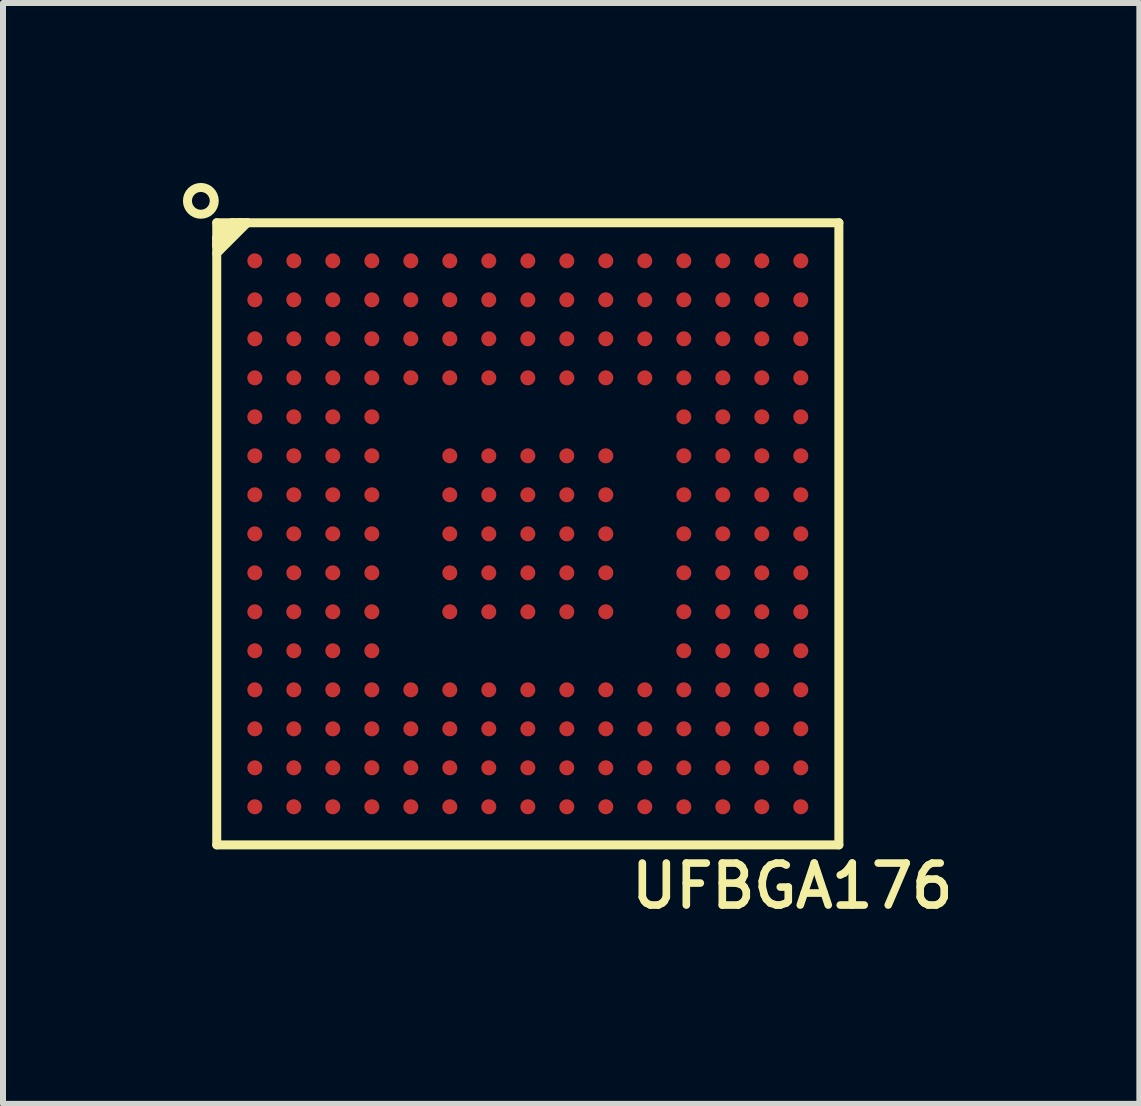
<source format=kicad_pcb>
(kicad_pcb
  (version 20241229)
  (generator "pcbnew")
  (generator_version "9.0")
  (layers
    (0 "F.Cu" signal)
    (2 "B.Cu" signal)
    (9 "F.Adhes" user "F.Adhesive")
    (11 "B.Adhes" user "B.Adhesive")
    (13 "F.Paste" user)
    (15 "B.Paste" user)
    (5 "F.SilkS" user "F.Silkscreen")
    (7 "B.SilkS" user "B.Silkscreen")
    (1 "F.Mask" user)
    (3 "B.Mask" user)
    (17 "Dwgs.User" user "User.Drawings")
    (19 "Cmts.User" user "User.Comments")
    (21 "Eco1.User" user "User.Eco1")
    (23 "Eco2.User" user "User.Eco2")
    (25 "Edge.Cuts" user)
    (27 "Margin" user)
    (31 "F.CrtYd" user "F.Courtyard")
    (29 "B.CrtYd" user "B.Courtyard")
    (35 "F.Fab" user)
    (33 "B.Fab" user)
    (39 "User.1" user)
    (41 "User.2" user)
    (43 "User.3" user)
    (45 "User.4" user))
  (footprint "UFBGA176"
    (layer "F.Cu")
    (at 1.199 1.299)
    (property "Reference" "UFBGA176" (at 8.961 10.424 0) (layer "F.SilkS") (effects (font (size 0.7 0.7) (thickness 0.127))))
    (attr smd)
    (fp_line (start -0.635 -0.635) (end -0.635 9.738) (stroke (width 0.15) (type solid)) (layer "F.SilkS"))
    (fp_line (start -0.635 -0.381) (end -0.635 -0.254) (stroke (width 0.15) (type solid)) (layer "F.SilkS"))
    (fp_line (start -0.635 -0.254) (end -0.254 -0.635) (stroke (width 0.15) (type solid)) (layer "F.SilkS"))
    (fp_line (start -0.635 -0.127) (end -0.127 -0.635) (stroke (width 0.15) (type solid)) (layer "F.SilkS"))
    (fp_line (start -0.635 9.738) (end 9.738 9.738) (stroke (width 0.15) (type solid)) (layer "F.SilkS"))
    (fp_line (start -0.381 -0.635) (end -0.635 -0.381) (stroke (width 0.15) (type solid)) (layer "F.SilkS"))
    (fp_line (start -0.127 -0.635) (end -0.381 -0.635) (stroke (width 0.15) (type solid)) (layer "F.SilkS"))
    (fp_line (start 9.738 -0.635) (end -0.635 -0.635) (stroke (width 0.15) (type solid)) (layer "F.SilkS"))
    (fp_line (start 9.738 9.738) (end 9.738 -0.635) (stroke (width 0.15) (type solid)) (layer "F.SilkS"))
    (fp_circle (center -0.9 -1) (end -1 -0.8) (stroke (width 0.15) (type solid)) (fill no) (layer "F.SilkS"))
    (pad "A1" smd circle (at 0 0 180) (size 0.25 0.25) (layers "F.Cu" "F.Mask" "F.Paste"))
    (pad "A2" smd circle (at 0.65 0 180) (size 0.25 0.25) (layers "F.Cu" "F.Mask" "F.Paste"))
    (pad "A3" smd circle (at 1.3 0 180) (size 0.25 0.25) (layers "F.Cu" "F.Mask" "F.Paste"))
    (pad "A4" smd circle (at 1.951 0 180) (size 0.25 0.25) (layers "F.Cu" "F.Mask" "F.Paste"))
    (pad "A5" smd circle (at 2.601 0 180) (size 0.25 0.25) (layers "F.Cu" "F.Mask" "F.Paste"))
    (pad "A6" smd circle (at 3.251 0 180) (size 0.25 0.25) (layers "F.Cu" "F.Mask" "F.Paste"))
    (pad "A7" smd circle (at 3.901 0 180) (size 0.25 0.25) (layers "F.Cu" "F.Mask" "F.Paste"))
    (pad "A8" smd circle (at 4.552 0 180) (size 0.25 0.25) (layers "F.Cu" "F.Mask" "F.Paste"))
    (pad "A9" smd circle (at 5.202 0 180) (size 0.25 0.25) (layers "F.Cu" "F.Mask" "F.Paste"))
    (pad "A10" smd circle (at 5.852 0 180) (size 0.25 0.25) (layers "F.Cu" "F.Mask" "F.Paste"))
    (pad "A11" smd circle (at 6.502 0 180) (size 0.25 0.25) (layers "F.Cu" "F.Mask" "F.Paste"))
    (pad "A12" smd circle (at 7.153 0 180) (size 0.25 0.25) (layers "F.Cu" "F.Mask" "F.Paste"))
    (pad "A13" smd circle (at 7.803 0 180) (size 0.25 0.25) (layers "F.Cu" "F.Mask" "F.Paste"))
    (pad "A14" smd circle (at 8.453 0 180) (size 0.25 0.25) (layers "F.Cu" "F.Mask" "F.Paste"))
    (pad "A15" smd circle (at 9.103 0 180) (size 0.25 0.25) (layers "F.Cu" "F.Mask" "F.Paste"))
    (pad "B1" smd circle (at 0 0.65 180) (size 0.25 0.25) (layers "F.Cu" "F.Mask" "F.Paste"))
    (pad "B2" smd circle (at 0.65 0.65 180) (size 0.25 0.25) (layers "F.Cu" "F.Mask" "F.Paste"))
    (pad "B3" smd circle (at 1.3 0.65 180) (size 0.25 0.25) (layers "F.Cu" "F.Mask" "F.Paste"))
    (pad "B4" smd circle (at 1.951 0.65 180) (size 0.25 0.25) (layers "F.Cu" "F.Mask" "F.Paste"))
    (pad "B5" smd circle (at 2.601 0.65 180) (size 0.25 0.25) (layers "F.Cu" "F.Mask" "F.Paste"))
    (pad "B6" smd circle (at 3.251 0.65 180) (size 0.25 0.25) (layers "F.Cu" "F.Mask" "F.Paste"))
    (pad "B7" smd circle (at 3.901 0.65 180) (size 0.25 0.25) (layers "F.Cu" "F.Mask" "F.Paste"))
    (pad "B8" smd circle (at 4.552 0.65 180) (size 0.25 0.25) (layers "F.Cu" "F.Mask" "F.Paste"))
    (pad "B9" smd circle (at 5.202 0.65 180) (size 0.25 0.25) (layers "F.Cu" "F.Mask" "F.Paste"))
    (pad "B10" smd circle (at 5.852 0.65 180) (size 0.25 0.25) (layers "F.Cu" "F.Mask" "F.Paste"))
    (pad "B11" smd circle (at 6.502 0.65 180) (size 0.25 0.25) (layers "F.Cu" "F.Mask" "F.Paste"))
    (pad "B12" smd circle (at 7.153 0.65 180) (size 0.25 0.25) (layers "F.Cu" "F.Mask" "F.Paste"))
    (pad "B13" smd circle (at 7.803 0.65 180) (size 0.25 0.25) (layers "F.Cu" "F.Mask" "F.Paste"))
    (pad "B14" smd circle (at 8.453 0.65 180) (size 0.25 0.25) (layers "F.Cu" "F.Mask" "F.Paste"))
    (pad "B15" smd circle (at 9.103 0.65 180) (size 0.25 0.25) (layers "F.Cu" "F.Mask" "F.Paste"))
    (pad "C1" smd circle (at 0 1.3 180) (size 0.25 0.25) (layers "F.Cu" "F.Mask" "F.Paste"))
    (pad "C2" smd circle (at 0.65 1.3 180) (size 0.25 0.25) (layers "F.Cu" "F.Mask" "F.Paste"))
    (pad "C3" smd circle (at 1.3 1.3 180) (size 0.25 0.25) (layers "F.Cu" "F.Mask" "F.Paste"))
    (pad "C4" smd circle (at 1.951 1.3 180) (size 0.25 0.25) (layers "F.Cu" "F.Mask" "F.Paste"))
    (pad "C5" smd circle (at 2.601 1.3 180) (size 0.25 0.25) (layers "F.Cu" "F.Mask" "F.Paste"))
    (pad "C6" smd circle (at 3.251 1.3 180) (size 0.25 0.25) (layers "F.Cu" "F.Mask" "F.Paste"))
    (pad "C7" smd circle (at 3.901 1.3 180) (size 0.25 0.25) (layers "F.Cu" "F.Mask" "F.Paste"))
    (pad "C8" smd circle (at 4.552 1.3 180) (size 0.25 0.25) (layers "F.Cu" "F.Mask" "F.Paste"))
    (pad "C9" smd circle (at 5.202 1.3 180) (size 0.25 0.25) (layers "F.Cu" "F.Mask" "F.Paste"))
    (pad "C10" smd circle (at 5.852 1.3 180) (size 0.25 0.25) (layers "F.Cu" "F.Mask" "F.Paste"))
    (pad "C11" smd circle (at 6.502 1.3 180) (size 0.25 0.25) (layers "F.Cu" "F.Mask" "F.Paste"))
    (pad "C12" smd circle (at 7.153 1.3 180) (size 0.25 0.25) (layers "F.Cu" "F.Mask" "F.Paste"))
    (pad "C13" smd circle (at 7.803 1.3 180) (size 0.25 0.25) (layers "F.Cu" "F.Mask" "F.Paste"))
    (pad "C14" smd circle (at 8.453 1.3 180) (size 0.25 0.25) (layers "F.Cu" "F.Mask" "F.Paste"))
    (pad "C15" smd circle (at 9.103 1.3 180) (size 0.25 0.25) (layers "F.Cu" "F.Mask" "F.Paste"))
    (pad "D1" smd circle (at 0 1.951 180) (size 0.25 0.25) (layers "F.Cu" "F.Mask" "F.Paste"))
    (pad "D2" smd circle (at 0.65 1.951 180) (size 0.25 0.25) (layers "F.Cu" "F.Mask" "F.Paste"))
    (pad "D3" smd circle (at 1.3 1.951 180) (size 0.25 0.25) (layers "F.Cu" "F.Mask" "F.Paste"))
    (pad "D4" smd circle (at 1.951 1.951 180) (size 0.25 0.25) (layers "F.Cu" "F.Mask" "F.Paste"))
    (pad "D5" smd circle (at 2.601 1.951 180) (size 0.25 0.25) (layers "F.Cu" "F.Mask" "F.Paste"))
    (pad "D6" smd circle (at 3.251 1.951 180) (size 0.25 0.25) (layers "F.Cu" "F.Mask" "F.Paste"))
    (pad "D7" smd circle (at 3.901 1.951 180) (size 0.25 0.25) (layers "F.Cu" "F.Mask" "F.Paste"))
    (pad "D8" smd circle (at 4.552 1.951 180) (size 0.25 0.25) (layers "F.Cu" "F.Mask" "F.Paste"))
    (pad "D9" smd circle (at 5.202 1.951 180) (size 0.25 0.25) (layers "F.Cu" "F.Mask" "F.Paste"))
    (pad "D10" smd circle (at 5.852 1.951 180) (size 0.25 0.25) (layers "F.Cu" "F.Mask" "F.Paste"))
    (pad "D11" smd circle (at 6.502 1.951 180) (size 0.25 0.25) (layers "F.Cu" "F.Mask" "F.Paste"))
    (pad "D12" smd circle (at 7.153 1.951 180) (size 0.25 0.25) (layers "F.Cu" "F.Mask" "F.Paste"))
    (pad "D13" smd circle (at 7.803 1.951 180) (size 0.25 0.25) (layers "F.Cu" "F.Mask" "F.Paste"))
    (pad "D14" smd circle (at 8.453 1.951 180) (size 0.25 0.25) (layers "F.Cu" "F.Mask" "F.Paste"))
    (pad "D15" smd circle (at 9.103 1.951 180) (size 0.25 0.25) (layers "F.Cu" "F.Mask" "F.Paste"))
    (pad "E1" smd circle (at 0 2.601 180) (size 0.25 0.25) (layers "F.Cu" "F.Mask" "F.Paste"))
    (pad "E2" smd circle (at 0.65 2.601 180) (size 0.25 0.25) (layers "F.Cu" "F.Mask" "F.Paste"))
    (pad "E3" smd circle (at 1.3 2.601 180) (size 0.25 0.25) (layers "F.Cu" "F.Mask" "F.Paste"))
    (pad "E4" smd circle (at 1.951 2.601 180) (size 0.25 0.25) (layers "F.Cu" "F.Mask" "F.Paste"))
    (pad "E12" smd circle (at 7.153 2.601 180) (size 0.25 0.25) (layers "F.Cu" "F.Mask" "F.Paste"))
    (pad "E13" smd circle (at 7.803 2.601 180) (size 0.25 0.25) (layers "F.Cu" "F.Mask" "F.Paste"))
    (pad "E14" smd circle (at 8.453 2.601 180) (size 0.25 0.25) (layers "F.Cu" "F.Mask" "F.Paste"))
    (pad "E15" smd circle (at 9.103 2.601 180) (size 0.25 0.25) (layers "F.Cu" "F.Mask" "F.Paste"))
    (pad "F1" smd circle (at 0 3.251 180) (size 0.25 0.25) (layers "F.Cu" "F.Mask" "F.Paste"))
    (pad "F2" smd circle (at 0.65 3.251 180) (size 0.25 0.25) (layers "F.Cu" "F.Mask" "F.Paste"))
    (pad "F3" smd circle (at 1.3 3.251 180) (size 0.25 0.25) (layers "F.Cu" "F.Mask" "F.Paste"))
    (pad "F4" smd circle (at 1.951 3.251 180) (size 0.25 0.25) (layers "F.Cu" "F.Mask" "F.Paste"))
    (pad "F6" smd circle (at 3.251 3.251 180) (size 0.25 0.25) (layers "F.Cu" "F.Mask" "F.Paste"))
    (pad "F7" smd circle (at 3.901 3.251 180) (size 0.25 0.25) (layers "F.Cu" "F.Mask" "F.Paste"))
    (pad "F8" smd circle (at 4.552 3.251 180) (size 0.25 0.25) (layers "F.Cu" "F.Mask" "F.Paste"))
    (pad "F9" smd circle (at 5.202 3.251 180) (size 0.25 0.25) (layers "F.Cu" "F.Mask" "F.Paste"))
    (pad "F10" smd circle (at 5.852 3.251 180) (size 0.25 0.25) (layers "F.Cu" "F.Mask" "F.Paste"))
    (pad "F12" smd circle (at 7.153 3.251 180) (size 0.25 0.25) (layers "F.Cu" "F.Mask" "F.Paste"))
    (pad "F13" smd circle (at 7.803 3.251 180) (size 0.25 0.25) (layers "F.Cu" "F.Mask" "F.Paste"))
    (pad "F14" smd circle (at 8.453 3.251 180) (size 0.25 0.25) (layers "F.Cu" "F.Mask" "F.Paste"))
    (pad "F15" smd circle (at 9.103 3.251 180) (size 0.25 0.25) (layers "F.Cu" "F.Mask" "F.Paste"))
    (pad "G1" smd circle (at 0 3.901 180) (size 0.25 0.25) (layers "F.Cu" "F.Mask" "F.Paste"))
    (pad "G2" smd circle (at 0.65 3.901 180) (size 0.25 0.25) (layers "F.Cu" "F.Mask" "F.Paste"))
    (pad "G3" smd circle (at 1.3 3.901 180) (size 0.25 0.25) (layers "F.Cu" "F.Mask" "F.Paste"))
    (pad "G4" smd circle (at 1.951 3.901 180) (size 0.25 0.25) (layers "F.Cu" "F.Mask" "F.Paste"))
    (pad "G6" smd circle (at 3.251 3.901 180) (size 0.25 0.25) (layers "F.Cu" "F.Mask" "F.Paste"))
    (pad "G7" smd circle (at 3.901 3.901 180) (size 0.25 0.25) (layers "F.Cu" "F.Mask" "F.Paste"))
    (pad "G8" smd circle (at 4.552 3.901 180) (size 0.25 0.25) (layers "F.Cu" "F.Mask" "F.Paste"))
    (pad "G9" smd circle (at 5.202 3.901 180) (size 0.25 0.25) (layers "F.Cu" "F.Mask" "F.Paste"))
    (pad "G10" smd circle (at 5.852 3.901 180) (size 0.25 0.25) (layers "F.Cu" "F.Mask" "F.Paste"))
    (pad "G12" smd circle (at 7.153 3.901 180) (size 0.25 0.25) (layers "F.Cu" "F.Mask" "F.Paste"))
    (pad "G13" smd circle (at 7.803 3.901 180) (size 0.25 0.25) (layers "F.Cu" "F.Mask" "F.Paste"))
    (pad "G14" smd circle (at 8.453 3.901 180) (size 0.25 0.25) (layers "F.Cu" "F.Mask" "F.Paste"))
    (pad "G15" smd circle (at 9.103 3.901 180) (size 0.25 0.25) (layers "F.Cu" "F.Mask" "F.Paste"))
    (pad "H1" smd circle (at 0 4.552 180) (size 0.25 0.25) (layers "F.Cu" "F.Mask" "F.Paste"))
    (pad "H2" smd circle (at 0.65 4.552 180) (size 0.25 0.25) (layers "F.Cu" "F.Mask" "F.Paste"))
    (pad "H3" smd circle (at 1.3 4.552 180) (size 0.25 0.25) (layers "F.Cu" "F.Mask" "F.Paste"))
    (pad "H4" smd circle (at 1.951 4.552 180) (size 0.25 0.25) (layers "F.Cu" "F.Mask" "F.Paste"))
    (pad "H6" smd circle (at 3.251 4.552 180) (size 0.25 0.25) (layers "F.Cu" "F.Mask" "F.Paste"))
    (pad "H7" smd circle (at 3.901 4.552 180) (size 0.25 0.25) (layers "F.Cu" "F.Mask" "F.Paste"))
    (pad "H8" smd circle (at 4.552 4.552 180) (size 0.25 0.25) (layers "F.Cu" "F.Mask" "F.Paste"))
    (pad "H9" smd circle (at 5.202 4.552 180) (size 0.25 0.25) (layers "F.Cu" "F.Mask" "F.Paste"))
    (pad "H10" smd circle (at 5.852 4.552 180) (size 0.25 0.25) (layers "F.Cu" "F.Mask" "F.Paste"))
    (pad "H12" smd circle (at 7.153 4.552 180) (size 0.25 0.25) (layers "F.Cu" "F.Mask" "F.Paste"))
    (pad "H13" smd circle (at 7.803 4.552 180) (size 0.25 0.25) (layers "F.Cu" "F.Mask" "F.Paste"))
    (pad "H14" smd circle (at 8.453 4.552 180) (size 0.25 0.25) (layers "F.Cu" "F.Mask" "F.Paste"))
    (pad "H15" smd circle (at 9.103 4.552 180) (size 0.25 0.25) (layers "F.Cu" "F.Mask" "F.Paste"))
    (pad "J1" smd circle (at 0 5.202 180) (size 0.25 0.25) (layers "F.Cu" "F.Mask" "F.Paste"))
    (pad "J2" smd circle (at 0.65 5.202 180) (size 0.25 0.25) (layers "F.Cu" "F.Mask" "F.Paste"))
    (pad "J3" smd circle (at 1.3 5.202 180) (size 0.25 0.25) (layers "F.Cu" "F.Mask" "F.Paste"))
    (pad "J4" smd circle (at 1.951 5.202 180) (size 0.25 0.25) (layers "F.Cu" "F.Mask" "F.Paste"))
    (pad "J6" smd circle (at 3.251 5.202 180) (size 0.25 0.25) (layers "F.Cu" "F.Mask" "F.Paste"))
    (pad "J7" smd circle (at 3.901 5.202 180) (size 0.25 0.25) (layers "F.Cu" "F.Mask" "F.Paste"))
    (pad "J8" smd circle (at 4.552 5.202 180) (size 0.25 0.25) (layers "F.Cu" "F.Mask" "F.Paste"))
    (pad "J9" smd circle (at 5.202 5.202 180) (size 0.25 0.25) (layers "F.Cu" "F.Mask" "F.Paste"))
    (pad "J10" smd circle (at 5.852 5.202 180) (size 0.25 0.25) (layers "F.Cu" "F.Mask" "F.Paste"))
    (pad "J12" smd circle (at 7.153 5.202 180) (size 0.25 0.25) (layers "F.Cu" "F.Mask" "F.Paste"))
    (pad "J13" smd circle (at 7.803 5.202 180) (size 0.25 0.25) (layers "F.Cu" "F.Mask" "F.Paste"))
    (pad "J14" smd circle (at 8.453 5.202 180) (size 0.25 0.25) (layers "F.Cu" "F.Mask" "F.Paste"))
    (pad "J15" smd circle (at 9.103 5.202 180) (size 0.25 0.25) (layers "F.Cu" "F.Mask" "F.Paste"))
    (pad "K1" smd circle (at 0 5.852 180) (size 0.25 0.25) (layers "F.Cu" "F.Mask" "F.Paste"))
    (pad "K2" smd circle (at 0.65 5.852 180) (size 0.25 0.25) (layers "F.Cu" "F.Mask" "F.Paste"))
    (pad "K3" smd circle (at 1.3 5.852 180) (size 0.25 0.25) (layers "F.Cu" "F.Mask" "F.Paste"))
    (pad "K4" smd circle (at 1.951 5.852 180) (size 0.25 0.25) (layers "F.Cu" "F.Mask" "F.Paste"))
    (pad "K6" smd circle (at 3.251 5.852 180) (size 0.25 0.25) (layers "F.Cu" "F.Mask" "F.Paste"))
    (pad "K7" smd circle (at 3.901 5.852 180) (size 0.25 0.25) (layers "F.Cu" "F.Mask" "F.Paste"))
    (pad "K8" smd circle (at 4.552 5.852 180) (size 0.25 0.25) (layers "F.Cu" "F.Mask" "F.Paste"))
    (pad "K9" smd circle (at 5.202 5.852 180) (size 0.25 0.25) (layers "F.Cu" "F.Mask" "F.Paste"))
    (pad "K10" smd circle (at 5.852 5.852 180) (size 0.25 0.25) (layers "F.Cu" "F.Mask" "F.Paste"))
    (pad "K12" smd circle (at 7.153 5.852 180) (size 0.25 0.25) (layers "F.Cu" "F.Mask" "F.Paste"))
    (pad "K13" smd circle (at 7.803 5.852 180) (size 0.25 0.25) (layers "F.Cu" "F.Mask" "F.Paste"))
    (pad "K14" smd circle (at 8.453 5.852 180) (size 0.25 0.25) (layers "F.Cu" "F.Mask" "F.Paste"))
    (pad "K15" smd circle (at 9.103 5.852 180) (size 0.25 0.25) (layers "F.Cu" "F.Mask" "F.Paste"))
    (pad "L1" smd circle (at 0 6.502 180) (size 0.25 0.25) (layers "F.Cu" "F.Mask" "F.Paste"))
    (pad "L2" smd circle (at 0.65 6.502 180) (size 0.25 0.25) (layers "F.Cu" "F.Mask" "F.Paste"))
    (pad "L3" smd circle (at 1.3 6.502 180) (size 0.25 0.25) (layers "F.Cu" "F.Mask" "F.Paste"))
    (pad "L4" smd circle (at 1.951 6.502 180) (size 0.25 0.25) (layers "F.Cu" "F.Mask" "F.Paste"))
    (pad "L12" smd circle (at 7.153 6.502 180) (size 0.25 0.25) (layers "F.Cu" "F.Mask" "F.Paste"))
    (pad "L13" smd circle (at 7.803 6.502 180) (size 0.25 0.25) (layers "F.Cu" "F.Mask" "F.Paste"))
    (pad "L14" smd circle (at 8.453 6.502 180) (size 0.25 0.25) (layers "F.Cu" "F.Mask" "F.Paste"))
    (pad "L15" smd circle (at 9.103 6.502 180) (size 0.25 0.25) (layers "F.Cu" "F.Mask" "F.Paste"))
    (pad "M1" smd circle (at 0 7.153 180) (size 0.25 0.25) (layers "F.Cu" "F.Mask" "F.Paste"))
    (pad "M2" smd circle (at 0.65 7.153 180) (size 0.25 0.25) (layers "F.Cu" "F.Mask" "F.Paste"))
    (pad "M3" smd circle (at 1.3 7.153 180) (size 0.25 0.25) (layers "F.Cu" "F.Mask" "F.Paste"))
    (pad "M4" smd circle (at 1.951 7.153 180) (size 0.25 0.25) (layers "F.Cu" "F.Mask" "F.Paste"))
    (pad "M5" smd circle (at 2.601 7.153 180) (size 0.25 0.25) (layers "F.Cu" "F.Mask" "F.Paste"))
    (pad "M6" smd circle (at 3.251 7.153 180) (size 0.25 0.25) (layers "F.Cu" "F.Mask" "F.Paste"))
    (pad "M7" smd circle (at 3.901 7.153 180) (size 0.25 0.25) (layers "F.Cu" "F.Mask" "F.Paste"))
    (pad "M8" smd circle (at 4.552 7.153 180) (size 0.25 0.25) (layers "F.Cu" "F.Mask" "F.Paste"))
    (pad "M9" smd circle (at 5.202 7.153 180) (size 0.25 0.25) (layers "F.Cu" "F.Mask" "F.Paste"))
    (pad "M10" smd circle (at 5.852 7.153 180) (size 0.25 0.25) (layers "F.Cu" "F.Mask" "F.Paste"))
    (pad "M11" smd circle (at 6.502 7.153 180) (size 0.25 0.25) (layers "F.Cu" "F.Mask" "F.Paste"))
    (pad "M12" smd circle (at 7.153 7.153 180) (size 0.25 0.25) (layers "F.Cu" "F.Mask" "F.Paste"))
    (pad "M13" smd circle (at 7.803 7.153 180) (size 0.25 0.25) (layers "F.Cu" "F.Mask" "F.Paste"))
    (pad "M14" smd circle (at 8.453 7.153 180) (size 0.25 0.25) (layers "F.Cu" "F.Mask" "F.Paste"))
    (pad "M15" smd circle (at 9.103 7.153 180) (size 0.25 0.25) (layers "F.Cu" "F.Mask" "F.Paste"))
    (pad "N1" smd circle (at 0 7.803 180) (size 0.25 0.25) (layers "F.Cu" "F.Mask" "F.Paste"))
    (pad "N2" smd circle (at 0.65 7.803 180) (size 0.25 0.25) (layers "F.Cu" "F.Mask" "F.Paste"))
    (pad "N3" smd circle (at 1.3 7.803 180) (size 0.25 0.25) (layers "F.Cu" "F.Mask" "F.Paste"))
    (pad "N4" smd circle (at 1.951 7.803 180) (size 0.25 0.25) (layers "F.Cu" "F.Mask" "F.Paste"))
    (pad "N5" smd circle (at 2.601 7.803 180) (size 0.25 0.25) (layers "F.Cu" "F.Mask" "F.Paste"))
    (pad "N6" smd circle (at 3.251 7.803 180) (size 0.25 0.25) (layers "F.Cu" "F.Mask" "F.Paste"))
    (pad "N7" smd circle (at 3.901 7.803 180) (size 0.25 0.25) (layers "F.Cu" "F.Mask" "F.Paste"))
    (pad "N8" smd circle (at 4.552 7.803 180) (size 0.25 0.25) (layers "F.Cu" "F.Mask" "F.Paste"))
    (pad "N9" smd circle (at 5.202 7.803 180) (size 0.25 0.25) (layers "F.Cu" "F.Mask" "F.Paste"))
    (pad "N10" smd circle (at 5.852 7.803 180) (size 0.25 0.25) (layers "F.Cu" "F.Mask" "F.Paste"))
    (pad "N11" smd circle (at 6.502 7.803 180) (size 0.25 0.25) (layers "F.Cu" "F.Mask" "F.Paste"))
    (pad "N12" smd circle (at 7.153 7.803 180) (size 0.25 0.25) (layers "F.Cu" "F.Mask" "F.Paste"))
    (pad "N13" smd circle (at 7.803 7.803 180) (size 0.25 0.25) (layers "F.Cu" "F.Mask" "F.Paste"))
    (pad "N14" smd circle (at 8.453 7.803 180) (size 0.25 0.25) (layers "F.Cu" "F.Mask" "F.Paste"))
    (pad "N15" smd circle (at 9.103 7.803 180) (size 0.25 0.25) (layers "F.Cu" "F.Mask" "F.Paste"))
    (pad "P1" smd circle (at 0 8.453 180) (size 0.25 0.25) (layers "F.Cu" "F.Mask" "F.Paste"))
    (pad "P2" smd circle (at 0.65 8.453 180) (size 0.25 0.25) (layers "F.Cu" "F.Mask" "F.Paste"))
    (pad "P3" smd circle (at 1.3 8.453 180) (size 0.25 0.25) (layers "F.Cu" "F.Mask" "F.Paste"))
    (pad "P4" smd circle (at 1.951 8.453 180) (size 0.25 0.25) (layers "F.Cu" "F.Mask" "F.Paste"))
    (pad "P5" smd circle (at 2.601 8.453 180) (size 0.25 0.25) (layers "F.Cu" "F.Mask" "F.Paste"))
    (pad "P6" smd circle (at 3.251 8.453 180) (size 0.25 0.25) (layers "F.Cu" "F.Mask" "F.Paste"))
    (pad "P7" smd circle (at 3.901 8.453 180) (size 0.25 0.25) (layers "F.Cu" "F.Mask" "F.Paste"))
    (pad "P8" smd circle (at 4.552 8.453 180) (size 0.25 0.25) (layers "F.Cu" "F.Mask" "F.Paste"))
    (pad "P9" smd circle (at 5.202 8.453 180) (size 0.25 0.25) (layers "F.Cu" "F.Mask" "F.Paste"))
    (pad "P10" smd circle (at 5.852 8.453 180) (size 0.25 0.25) (layers "F.Cu" "F.Mask" "F.Paste"))
    (pad "P11" smd circle (at 6.502 8.453 180) (size 0.25 0.25) (layers "F.Cu" "F.Mask" "F.Paste"))
    (pad "P12" smd circle (at 7.153 8.453 180) (size 0.25 0.25) (layers "F.Cu" "F.Mask" "F.Paste"))
    (pad "P13" smd circle (at 7.803 8.453 180) (size 0.25 0.25) (layers "F.Cu" "F.Mask" "F.Paste"))
    (pad "P14" smd circle (at 8.453 8.453 180) (size 0.25 0.25) (layers "F.Cu" "F.Mask" "F.Paste"))
    (pad "P15" smd circle (at 9.103 8.453 180) (size 0.25 0.25) (layers "F.Cu" "F.Mask" "F.Paste"))
    (pad "R1" smd circle (at 0 9.103 180) (size 0.25 0.25) (layers "F.Cu" "F.Mask" "F.Paste"))
    (pad "R2" smd circle (at 0.65 9.103 180) (size 0.25 0.25) (layers "F.Cu" "F.Mask" "F.Paste"))
    (pad "R3" smd circle (at 1.3 9.103 180) (size 0.25 0.25) (layers "F.Cu" "F.Mask" "F.Paste"))
    (pad "R4" smd circle (at 1.951 9.103 180) (size 0.25 0.25) (layers "F.Cu" "F.Mask" "F.Paste"))
    (pad "R5" smd circle (at 2.601 9.103 180) (size 0.25 0.25) (layers "F.Cu" "F.Mask" "F.Paste"))
    (pad "R6" smd circle (at 3.251 9.103 180) (size 0.25 0.25) (layers "F.Cu" "F.Mask" "F.Paste"))
    (pad "R7" smd circle (at 3.901 9.103 180) (size 0.25 0.25) (layers "F.Cu" "F.Mask" "F.Paste"))
    (pad "R8" smd circle (at 4.552 9.103 180) (size 0.25 0.25) (layers "F.Cu" "F.Mask" "F.Paste"))
    (pad "R9" smd circle (at 5.202 9.103 180) (size 0.25 0.25) (layers "F.Cu" "F.Mask" "F.Paste"))
    (pad "R10" smd circle (at 5.852 9.103 180) (size 0.25 0.25) (layers "F.Cu" "F.Mask" "F.Paste"))
    (pad "R11" smd circle (at 6.502 9.103 180) (size 0.25 0.25) (layers "F.Cu" "F.Mask" "F.Paste"))
    (pad "R12" smd circle (at 7.153 9.103 180) (size 0.25 0.25) (layers "F.Cu" "F.Mask" "F.Paste"))
    (pad "R13" smd circle (at 7.803 9.103 180) (size 0.25 0.25) (layers "F.Cu" "F.Mask" "F.Paste"))
    (pad "R14" smd circle (at 8.453 9.103 180) (size 0.25 0.25) (layers "F.Cu" "F.Mask" "F.Paste"))
    (pad "R15" smd circle (at 9.103 9.103 180) (size 0.25 0.25) (layers "F.Cu" "F.Mask" "F.Paste")))
  (gr_rect
    (start -3 -3)
    (end 15.947 15.355)
    (stroke (width 0.1) (type default))
    (fill no)
    (layer "Edge.Cuts")))
</source>
